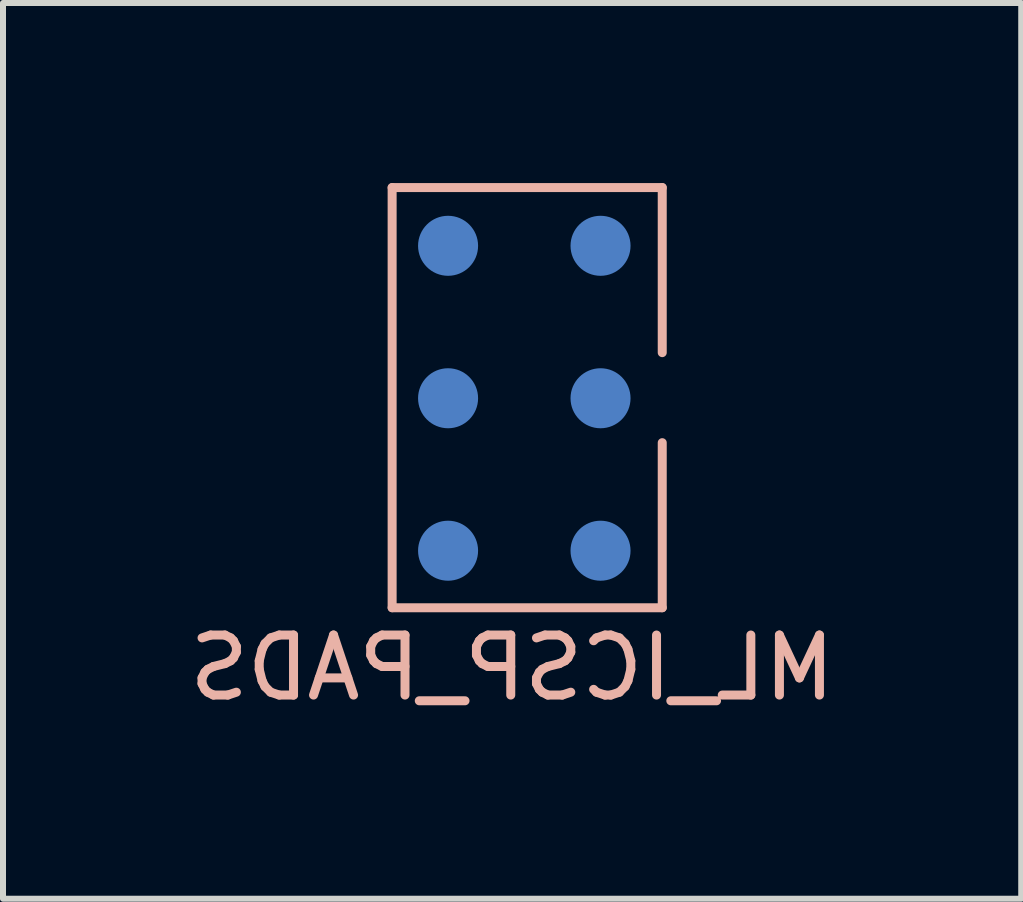
<source format=kicad_pcb>
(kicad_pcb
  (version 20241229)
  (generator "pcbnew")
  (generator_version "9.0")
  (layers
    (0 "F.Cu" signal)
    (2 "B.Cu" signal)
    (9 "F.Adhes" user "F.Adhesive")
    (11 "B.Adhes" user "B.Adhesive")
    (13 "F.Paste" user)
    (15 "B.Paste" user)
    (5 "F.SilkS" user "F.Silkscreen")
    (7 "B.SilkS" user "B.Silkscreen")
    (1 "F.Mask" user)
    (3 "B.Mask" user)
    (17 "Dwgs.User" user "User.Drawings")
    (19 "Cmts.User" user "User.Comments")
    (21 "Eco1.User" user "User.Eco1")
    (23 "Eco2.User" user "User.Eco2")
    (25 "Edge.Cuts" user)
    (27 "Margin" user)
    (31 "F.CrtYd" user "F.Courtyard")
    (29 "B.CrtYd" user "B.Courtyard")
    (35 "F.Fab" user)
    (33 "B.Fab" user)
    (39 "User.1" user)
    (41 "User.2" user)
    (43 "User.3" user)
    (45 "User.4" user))
  (footprint "ML_ICSP_PADS"
    (layer "F.Cu")
    (at 4.415 1.045)
    (property "Reference" "ML_ICSP_PADS" (at 1.068 7.03 0) (layer "B.SilkS") (effects (font (size 1 1) (thickness 0.15)) (justify mirror)))
    (attr through_hole)
    (fp_line (start -0.932 -0.97) (end -0.932 6.03) (stroke (width 0.15) (type solid)) (layer "B.SilkS"))
    (fp_line (start -0.932 6.03) (end 3.568 6.03) (stroke (width 0.15) (type solid)) (layer "B.SilkS"))
    (fp_line (start 3.568 -0.97) (end -0.932 -0.97) (stroke (width 0.15) (type solid)) (layer "B.SilkS"))
    (fp_line (start 3.568 1.78) (end 3.568 -0.97) (stroke (width 0.15) (type solid)) (layer "B.SilkS"))
    (fp_line (start 3.568 6.03) (end 3.568 3.28) (stroke (width 0.15) (type solid)) (layer "B.SilkS"))
    (pad "1" smd circle (at 2.54 0) (size 1 1) (layers "B.Cu" "B.Mask"))
    (pad "2" smd circle (at 0 0) (size 1 1) (layers "B.Cu" "B.Mask"))
    (pad "3" smd circle (at 2.54 2.54) (size 1 1) (layers "B.Cu" "B.Mask"))
    (pad "4" smd circle (at 0 2.54) (size 1 1) (layers "B.Cu" "B.Mask"))
    (pad "5" smd circle (at 2.54 5.08) (size 1 1) (layers "B.Cu" "B.Mask"))
    (pad "6" smd circle (at 0 5.08) (size 1 1) (layers "B.Cu" "B.Mask")))
  (gr_rect
    (start -3 -3)
    (end 13.964 11.923)
    (stroke (width 0.1) (type default))
    (fill no)
    (layer "Edge.Cuts")))
</source>
